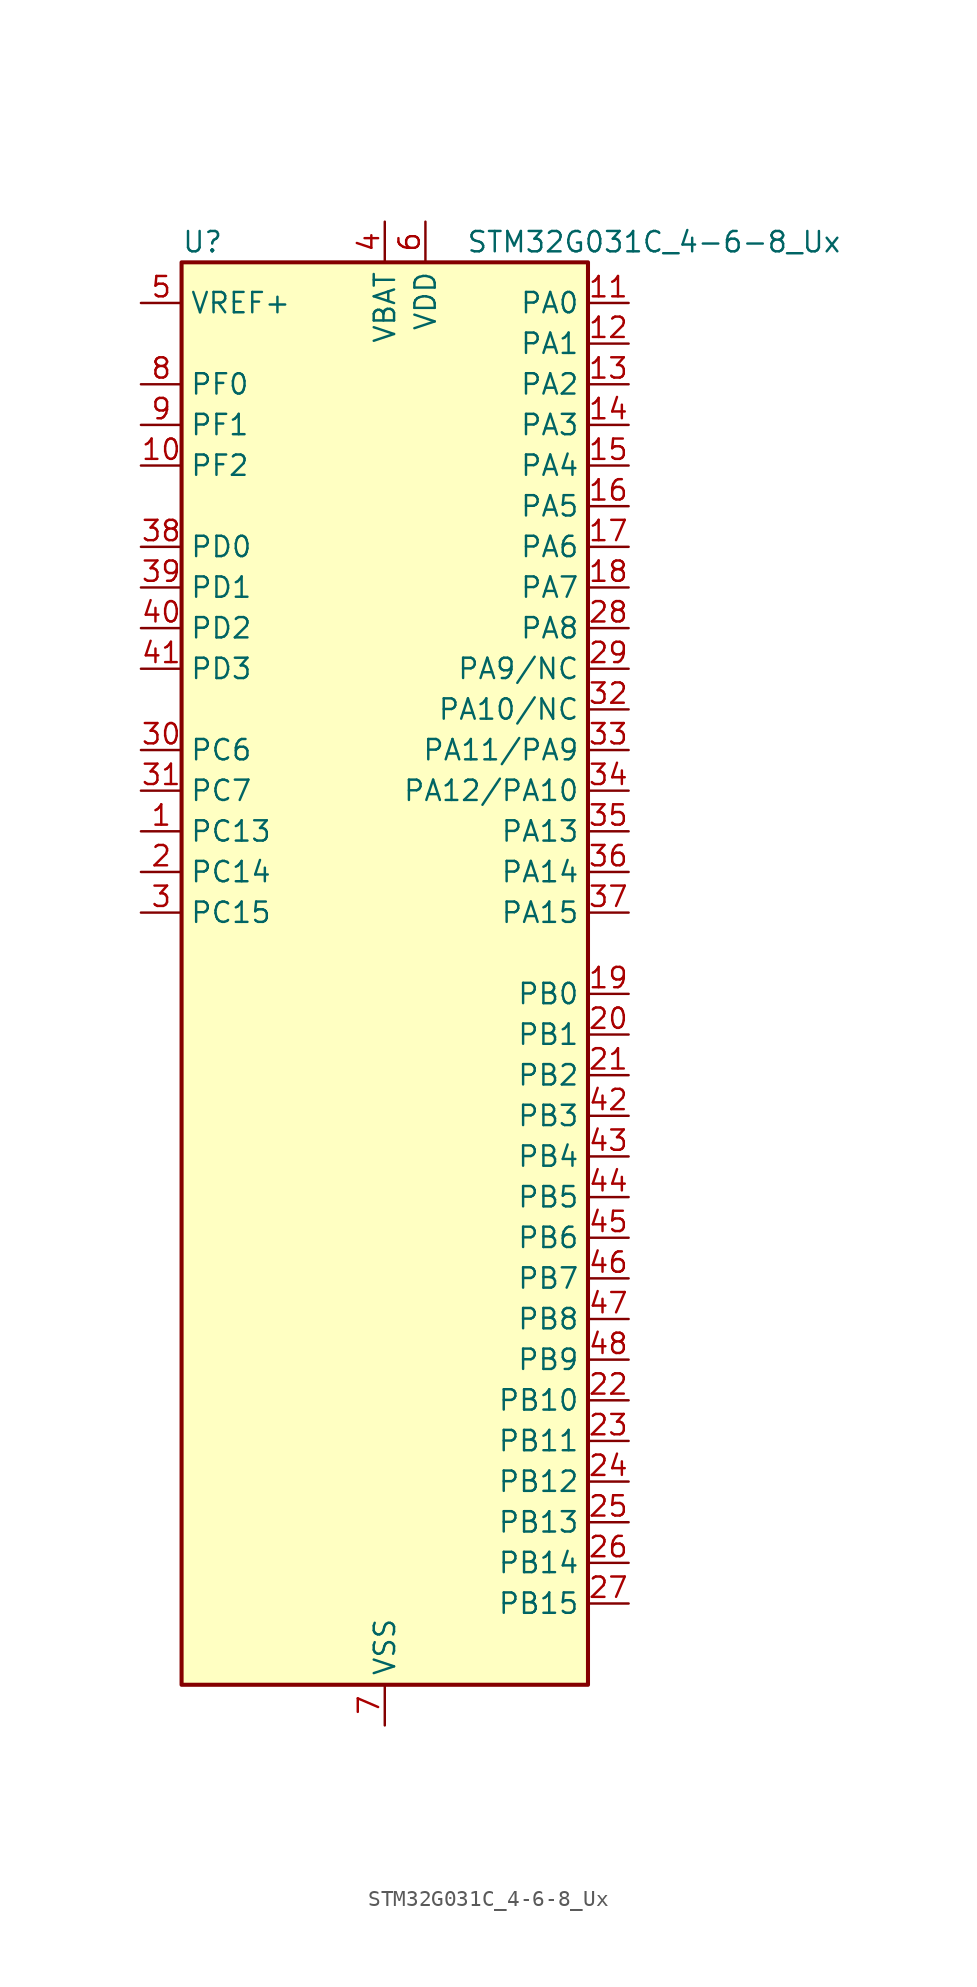
<source format=kicad_sym>
(kicad_symbol_lib
  (version 20211014)
  (generator kicad-library-utils)
  (symbol "STM32G031C_4-6-8_Ux"
    (property "Reference" "U"
      (at -12.7 46.99 0)
      (effects (font (size 1.27 1.27)) (justify left)))
    (property "Value" "STM32G031C_4-6-8_Ux"
      (at 5.08 46.99 0)
      (effects (font (size 1.27 1.27)) (justify left)))
    (property "ki_fp_filters" "QFN*1EP*7x7mm*P0.5mm*"
      (at 0.0 0.0 0.0)
      (effects (font (size 1.27 1.27))))
    (symbol "STM32G031C_4-6-8_Ux_0_1"
      (rectangle (start -12.7 -43.18) (end 12.7 45.72) (stroke (width 0.254)) (fill (type background))))
    (symbol "STM32G031C_4-6-8_Ux_1_1"
      (pin input line (at -15.24 43.18 0) (length 2.54) (name "VREF+" (effects (font (size 1.27 1.27)))) (number "5" (effects (font (size 1.27 1.27)))) (alternate "VREFBUF_OUT" bidirectional line))
      (pin bidirectional line (at -15.24 38.1 0) (length 2.54) (name "PF0" (effects (font (size 1.27 1.27)))) (number "8" (effects (font (size 1.27 1.27)))) (alternate "RCC_OSC_IN" bidirectional line) (alternate "TIM14_CH1" bidirectional line))
      (pin bidirectional line (at -15.24 35.56 0) (length 2.54) (name "PF1" (effects (font (size 1.27 1.27)))) (number "9" (effects (font (size 1.27 1.27)))) (alternate "RCC_OSC_EN" bidirectional line) (alternate "RCC_OSC_OUT" bidirectional line))
      (pin bidirectional line (at -15.24 33.02 0) (length 2.54) (name "PF2" (effects (font (size 1.27 1.27)))) (number "10" (effects (font (size 1.27 1.27)))) (alternate "RCC_MCO" bidirectional line))
      (pin bidirectional line (at -15.24 27.94 0) (length 2.54) (name "PD0" (effects (font (size 1.27 1.27)))) (number "38" (effects (font (size 1.27 1.27)))) (alternate "SPI2_NSS" bidirectional line) (alternate "TIM16_CH1" bidirectional line))
      (pin bidirectional line (at -15.24 25.4 0) (length 2.54) (name "PD1" (effects (font (size 1.27 1.27)))) (number "39" (effects (font (size 1.27 1.27)))) (alternate "SPI2_SCK" bidirectional line) (alternate "TIM17_CH1" bidirectional line))
      (pin bidirectional line (at -15.24 22.86 0) (length 2.54) (name "PD2" (effects (font (size 1.27 1.27)))) (number "40" (effects (font (size 1.27 1.27)))) (alternate "TIM1_CH1N" bidirectional line) (alternate "TIM3_ETR" bidirectional line))
      (pin bidirectional line (at -15.24 20.32 0) (length 2.54) (name "PD3" (effects (font (size 1.27 1.27)))) (number "41" (effects (font (size 1.27 1.27)))) (alternate "SPI2_MISO" bidirectional line) (alternate "TIM1_CH2N" bidirectional line) (alternate "USART2_CTS" bidirectional line) (alternate "USART2_NSS" bidirectional line))
      (pin bidirectional line (at -15.24 15.24 0) (length 2.54) (name "PC6" (effects (font (size 1.27 1.27)))) (number "30" (effects (font (size 1.27 1.27)))) (alternate "TIM2_CH3" bidirectional line) (alternate "TIM3_CH1" bidirectional line))
      (pin bidirectional line (at -15.24 12.7 0) (length 2.54) (name "PC7" (effects (font (size 1.27 1.27)))) (number "31" (effects (font (size 1.27 1.27)))) (alternate "TIM2_CH4" bidirectional line) (alternate "TIM3_CH2" bidirectional line))
      (pin bidirectional line (at -15.24 10.16 0) (length 2.54) (name "PC13" (effects (font (size 1.27 1.27)))) (number "1" (effects (font (size 1.27 1.27)))) (alternate "RTC_OUT_ALARM" bidirectional line) (alternate "RTC_OUT_CALIB" bidirectional line) (alternate "RTC_TAMP_IN1" bidirectional line) (alternate "RTC_TS" bidirectional line) (alternate "SYS_WKUP2" bidirectional line) (alternate "TIM1_BK" bidirectional line))
      (pin bidirectional line (at -15.24 7.62 0) (length 2.54) (name "PC14" (effects (font (size 1.27 1.27)))) (number "2" (effects (font (size 1.27 1.27)))) (alternate "RCC_OSC32_IN" bidirectional line) (alternate "TIM1_BK2" bidirectional line))
      (pin bidirectional line (at -15.24 5.08 0) (length 2.54) (name "PC15" (effects (font (size 1.27 1.27)))) (number "3" (effects (font (size 1.27 1.27)))) (alternate "RCC_OSC32_EN" bidirectional line) (alternate "RCC_OSC32_OUT" bidirectional line) (alternate "RCC_OSC_EN" bidirectional line))
      (pin bidirectional line (at 15.24 43.18 180) (length 2.54) (name "PA0" (effects (font (size 1.27 1.27)))) (number "11" (effects (font (size 1.27 1.27)))) (alternate "ADC1_IN0" bidirectional line) (alternate "LPTIM1_OUT" bidirectional line) (alternate "RTC_TAMP_IN2" bidirectional line) (alternate "SPI2_SCK" bidirectional line) (alternate "SYS_WKUP1" bidirectional line) (alternate "TIM2_CH1" bidirectional line) (alternate "TIM2_ETR" bidirectional line) (alternate "USART2_CTS" bidirectional line) (alternate "USART2_NSS" bidirectional line))
      (pin bidirectional line (at 15.24 40.64 180) (length 2.54) (name "PA1" (effects (font (size 1.27 1.27)))) (number "12" (effects (font (size 1.27 1.27)))) (alternate "ADC1_IN1" bidirectional line) (alternate "I2C1_SMBA" bidirectional line) (alternate "I2S1_CK" bidirectional line) (alternate "SPI1_SCK" bidirectional line) (alternate "TIM2_CH2" bidirectional line) (alternate "USART2_CK" bidirectional line) (alternate "USART2_DE" bidirectional line) (alternate "USART2_RTS" bidirectional line))
      (pin bidirectional line (at 15.24 38.1 180) (length 2.54) (name "PA2" (effects (font (size 1.27 1.27)))) (number "13" (effects (font (size 1.27 1.27)))) (alternate "ADC1_IN2" bidirectional line) (alternate "I2S1_SD" bidirectional line) (alternate "LPUART1_TX" bidirectional line) (alternate "RCC_LSCO" bidirectional line) (alternate "SPI1_MOSI" bidirectional line) (alternate "SYS_WKUP4" bidirectional line) (alternate "TIM2_CH3" bidirectional line) (alternate "USART2_TX" bidirectional line))
      (pin bidirectional line (at 15.24 35.56 180) (length 2.54) (name "PA3" (effects (font (size 1.27 1.27)))) (number "14" (effects (font (size 1.27 1.27)))) (alternate "ADC1_IN3" bidirectional line) (alternate "LPUART1_RX" bidirectional line) (alternate "SPI2_MISO" bidirectional line) (alternate "TIM2_CH4" bidirectional line) (alternate "USART2_RX" bidirectional line))
      (pin bidirectional line (at 15.24 33.02 180) (length 2.54) (name "PA4" (effects (font (size 1.27 1.27)))) (number "15" (effects (font (size 1.27 1.27)))) (alternate "ADC1_IN4" bidirectional line) (alternate "I2S1_WS" bidirectional line) (alternate "LPTIM2_OUT" bidirectional line) (alternate "RTC_OUT_ALARM" bidirectional line) (alternate "RTC_OUT_CALIB" bidirectional line) (alternate "SPI1_NSS" bidirectional line) (alternate "SPI2_MOSI" bidirectional line) (alternate "TIM14_CH1" bidirectional line))
      (pin bidirectional line (at 15.24 30.48 180) (length 2.54) (name "PA5" (effects (font (size 1.27 1.27)))) (number "16" (effects (font (size 1.27 1.27)))) (alternate "ADC1_IN5" bidirectional line) (alternate "I2S1_CK" bidirectional line) (alternate "LPTIM2_ETR" bidirectional line) (alternate "SPI1_SCK" bidirectional line) (alternate "TIM2_CH1" bidirectional line) (alternate "TIM2_ETR" bidirectional line))
      (pin bidirectional line (at 15.24 27.94 180) (length 2.54) (name "PA6" (effects (font (size 1.27 1.27)))) (number "17" (effects (font (size 1.27 1.27)))) (alternate "ADC1_IN6" bidirectional line) (alternate "I2S1_MCK" bidirectional line) (alternate "LPUART1_CTS" bidirectional line) (alternate "SPI1_MISO" bidirectional line) (alternate "TIM16_CH1" bidirectional line) (alternate "TIM1_BK" bidirectional line) (alternate "TIM3_CH1" bidirectional line))
      (pin bidirectional line (at 15.24 25.4 180) (length 2.54) (name "PA7" (effects (font (size 1.27 1.27)))) (number "18" (effects (font (size 1.27 1.27)))) (alternate "ADC1_IN7" bidirectional line) (alternate "I2S1_SD" bidirectional line) (alternate "SPI1_MOSI" bidirectional line) (alternate "TIM14_CH1" bidirectional line) (alternate "TIM17_CH1" bidirectional line) (alternate "TIM1_CH1N" bidirectional line) (alternate "TIM3_CH2" bidirectional line))
      (pin bidirectional line (at 15.24 22.86 180) (length 2.54) (name "PA8" (effects (font (size 1.27 1.27)))) (number "28" (effects (font (size 1.27 1.27)))) (alternate "LPTIM2_OUT" bidirectional line) (alternate "RCC_MCO" bidirectional line) (alternate "SPI2_NSS" bidirectional line) (alternate "TIM1_CH1" bidirectional line))
      (pin bidirectional line (at 15.24 20.32 180) (length 2.54) (name "PA9/NC" (effects (font (size 1.27 1.27)))) (number "29" (effects (font (size 1.27 1.27)))) (alternate "I2C1_SCL" bidirectional line) (alternate "RCC_MCO" bidirectional line) (alternate "SPI2_MISO" bidirectional line) (alternate "TIM1_CH2" bidirectional line) (alternate "USART1_TX" bidirectional line))
      (pin bidirectional line (at 15.24 17.78 180) (length 2.54) (name "PA10/NC" (effects (font (size 1.27 1.27)))) (number "32" (effects (font (size 1.27 1.27)))) (alternate "I2C1_SDA" bidirectional line) (alternate "SPI2_MOSI" bidirectional line) (alternate "TIM17_BK" bidirectional line) (alternate "TIM1_CH3" bidirectional line) (alternate "USART1_RX" bidirectional line))
      (pin bidirectional line (at 15.24 15.24 180) (length 2.54) (name "PA11/PA9" (effects (font (size 1.27 1.27)))) (number "33" (effects (font (size 1.27 1.27)))) (alternate "ADC1_EXTI11" bidirectional line) (alternate "I2C2_SCL" bidirectional line) (alternate "I2S1_MCK" bidirectional line) (alternate "SPI1_MISO" bidirectional line) (alternate "TIM1_BK2" bidirectional line) (alternate "TIM1_CH4" bidirectional line) (alternate "USART1_CTS" bidirectional line) (alternate "USART1_NSS" bidirectional line))
      (pin bidirectional line (at 15.24 12.7 180) (length 2.54) (name "PA12/PA10" (effects (font (size 1.27 1.27)))) (number "34" (effects (font (size 1.27 1.27)))) (alternate "I2C2_SDA" bidirectional line) (alternate "I2S1_SD" bidirectional line) (alternate "I2S_CKIN" bidirectional line) (alternate "SPI1_MOSI" bidirectional line) (alternate "TIM1_ETR" bidirectional line) (alternate "USART1_CK" bidirectional line) (alternate "USART1_DE" bidirectional line) (alternate "USART1_RTS" bidirectional line))
      (pin bidirectional line (at 15.24 10.16 180) (length 2.54) (name "PA13" (effects (font (size 1.27 1.27)))) (number "35" (effects (font (size 1.27 1.27)))) (alternate "ADC1_IN17" bidirectional line) (alternate "IR_OUT" bidirectional line) (alternate "SYS_SWDIO" bidirectional line))
      (pin bidirectional line (at 15.24 7.62 180) (length 2.54) (name "PA14" (effects (font (size 1.27 1.27)))) (number "36" (effects (font (size 1.27 1.27)))) (alternate "ADC1_IN18" bidirectional line) (alternate "SYS_SWCLK" bidirectional line) (alternate "USART2_TX" bidirectional line))
      (pin bidirectional line (at 15.24 5.08 180) (length 2.54) (name "PA15" (effects (font (size 1.27 1.27)))) (number "37" (effects (font (size 1.27 1.27)))) (alternate "I2S1_WS" bidirectional line) (alternate "SPI1_NSS" bidirectional line) (alternate "TIM2_CH1" bidirectional line) (alternate "TIM2_ETR" bidirectional line) (alternate "USART2_RX" bidirectional line))
      (pin bidirectional line (at 15.24 0.0 180) (length 2.54) (name "PB0" (effects (font (size 1.27 1.27)))) (number "19" (effects (font (size 1.27 1.27)))) (alternate "ADC1_IN8" bidirectional line) (alternate "I2S1_WS" bidirectional line) (alternate "LPTIM1_OUT" bidirectional line) (alternate "SPI1_NSS" bidirectional line) (alternate "TIM1_CH2N" bidirectional line) (alternate "TIM3_CH3" bidirectional line))
      (pin bidirectional line (at 15.24 -2.54 180) (length 2.54) (name "PB1" (effects (font (size 1.27 1.27)))) (number "20" (effects (font (size 1.27 1.27)))) (alternate "ADC1_IN9" bidirectional line) (alternate "LPTIM2_IN1" bidirectional line) (alternate "LPUART1_DE" bidirectional line) (alternate "LPUART1_RTS" bidirectional line) (alternate "TIM14_CH1" bidirectional line) (alternate "TIM1_CH3N" bidirectional line) (alternate "TIM3_CH4" bidirectional line))
      (pin bidirectional line (at 15.24 -5.08 180) (length 2.54) (name "PB2" (effects (font (size 1.27 1.27)))) (number "21" (effects (font (size 1.27 1.27)))) (alternate "ADC1_IN10" bidirectional line) (alternate "LPTIM1_OUT" bidirectional line) (alternate "SPI2_MISO" bidirectional line))
      (pin bidirectional line (at 15.24 -7.62 180) (length 2.54) (name "PB3" (effects (font (size 1.27 1.27)))) (number "42" (effects (font (size 1.27 1.27)))) (alternate "I2S1_CK" bidirectional line) (alternate "SPI1_SCK" bidirectional line) (alternate "TIM1_CH2" bidirectional line) (alternate "TIM2_CH2" bidirectional line) (alternate "USART1_CK" bidirectional line) (alternate "USART1_DE" bidirectional line) (alternate "USART1_RTS" bidirectional line))
      (pin bidirectional line (at 15.24 -10.16 180) (length 2.54) (name "PB4" (effects (font (size 1.27 1.27)))) (number "43" (effects (font (size 1.27 1.27)))) (alternate "I2S1_MCK" bidirectional line) (alternate "SPI1_MISO" bidirectional line) (alternate "TIM17_BK" bidirectional line) (alternate "TIM3_CH1" bidirectional line) (alternate "USART1_CTS" bidirectional line) (alternate "USART1_NSS" bidirectional line))
      (pin bidirectional line (at 15.24 -12.7 180) (length 2.54) (name "PB5" (effects (font (size 1.27 1.27)))) (number "44" (effects (font (size 1.27 1.27)))) (alternate "I2C1_SMBA" bidirectional line) (alternate "I2S1_SD" bidirectional line) (alternate "LPTIM1_IN1" bidirectional line) (alternate "SPI1_MOSI" bidirectional line) (alternate "SYS_WKUP6" bidirectional line) (alternate "TIM16_BK" bidirectional line) (alternate "TIM3_CH2" bidirectional line))
      (pin bidirectional line (at 15.24 -15.24 180) (length 2.54) (name "PB6" (effects (font (size 1.27 1.27)))) (number "45" (effects (font (size 1.27 1.27)))) (alternate "I2C1_SCL" bidirectional line) (alternate "LPTIM1_ETR" bidirectional line) (alternate "SPI2_MISO" bidirectional line) (alternate "TIM16_CH1N" bidirectional line) (alternate "TIM1_CH3" bidirectional line) (alternate "USART1_TX" bidirectional line))
      (pin bidirectional line (at 15.24 -17.78 180) (length 2.54) (name "PB7" (effects (font (size 1.27 1.27)))) (number "46" (effects (font (size 1.27 1.27)))) (alternate "ADC1_IN11" bidirectional line) (alternate "I2C1_SDA" bidirectional line) (alternate "LPTIM1_IN2" bidirectional line) (alternate "SPI2_MOSI" bidirectional line) (alternate "SYS_PVD_IN" bidirectional line) (alternate "TIM17_CH1N" bidirectional line) (alternate "USART1_RX" bidirectional line))
      (pin bidirectional line (at 15.24 -20.32 180) (length 2.54) (name "PB8" (effects (font (size 1.27 1.27)))) (number "47" (effects (font (size 1.27 1.27)))) (alternate "I2C1_SCL" bidirectional line) (alternate "SPI2_SCK" bidirectional line) (alternate "TIM16_CH1" bidirectional line))
      (pin bidirectional line (at 15.24 -22.86 180) (length 2.54) (name "PB9" (effects (font (size 1.27 1.27)))) (number "48" (effects (font (size 1.27 1.27)))) (alternate "I2C1_SDA" bidirectional line) (alternate "IR_OUT" bidirectional line) (alternate "SPI2_NSS" bidirectional line) (alternate "TIM17_CH1" bidirectional line))
      (pin bidirectional line (at 15.24 -25.4 180) (length 2.54) (name "PB10" (effects (font (size 1.27 1.27)))) (number "22" (effects (font (size 1.27 1.27)))) (alternate "ADC1_IN11" bidirectional line) (alternate "I2C2_SCL" bidirectional line) (alternate "LPUART1_RX" bidirectional line) (alternate "SPI2_SCK" bidirectional line) (alternate "TIM2_CH3" bidirectional line))
      (pin bidirectional line (at 15.24 -27.94 180) (length 2.54) (name "PB11" (effects (font (size 1.27 1.27)))) (number "23" (effects (font (size 1.27 1.27)))) (alternate "ADC1_EXTI11" bidirectional line) (alternate "ADC1_IN15" bidirectional line) (alternate "I2C2_SDA" bidirectional line) (alternate "LPUART1_TX" bidirectional line) (alternate "SPI2_MOSI" bidirectional line) (alternate "TIM2_CH4" bidirectional line))
      (pin bidirectional line (at 15.24 -30.48 180) (length 2.54) (name "PB12" (effects (font (size 1.27 1.27)))) (number "24" (effects (font (size 1.27 1.27)))) (alternate "ADC1_IN16" bidirectional line) (alternate "LPUART1_DE" bidirectional line) (alternate "LPUART1_RTS" bidirectional line) (alternate "SPI2_NSS" bidirectional line) (alternate "TIM1_BK" bidirectional line))
      (pin bidirectional line (at 15.24 -33.02 180) (length 2.54) (name "PB13" (effects (font (size 1.27 1.27)))) (number "25" (effects (font (size 1.27 1.27)))) (alternate "I2C2_SCL" bidirectional line) (alternate "LPUART1_CTS" bidirectional line) (alternate "SPI2_SCK" bidirectional line) (alternate "TIM1_CH1N" bidirectional line))
      (pin bidirectional line (at 15.24 -35.56 180) (length 2.54) (name "PB14" (effects (font (size 1.27 1.27)))) (number "26" (effects (font (size 1.27 1.27)))) (alternate "I2C2_SDA" bidirectional line) (alternate "SPI2_MISO" bidirectional line) (alternate "TIM1_CH2N" bidirectional line))
      (pin bidirectional line (at 15.24 -38.1 180) (length 2.54) (name "PB15" (effects (font (size 1.27 1.27)))) (number "27" (effects (font (size 1.27 1.27)))) (alternate "RTC_REFIN" bidirectional line) (alternate "SPI2_MOSI" bidirectional line) (alternate "TIM1_CH3N" bidirectional line))
      (pin power_in line (at 0.0 48.26 270) (length 2.54) (name "VBAT" (effects (font (size 1.27 1.27)))) (number "4" (effects (font (size 1.27 1.27)))))
      (pin power_in line (at 2.54 48.26 270) (length 2.54) (name "VDD" (effects (font (size 1.27 1.27)))) (number "6" (effects (font (size 1.27 1.27)))))
      (pin power_in line (at 0.0 -45.72 90) (length 2.54) (name "VSS" (effects (font (size 1.27 1.27)))) (number "7" (effects (font (size 1.27 1.27)))))
      (pin passive line (at 0.0 -45.72 90) (length 2.54) hide (name "VSS" (effects (font (size 1.27 1.27)))) (number "49" (effects (font (size 1.27 1.27))))))))
</source>
